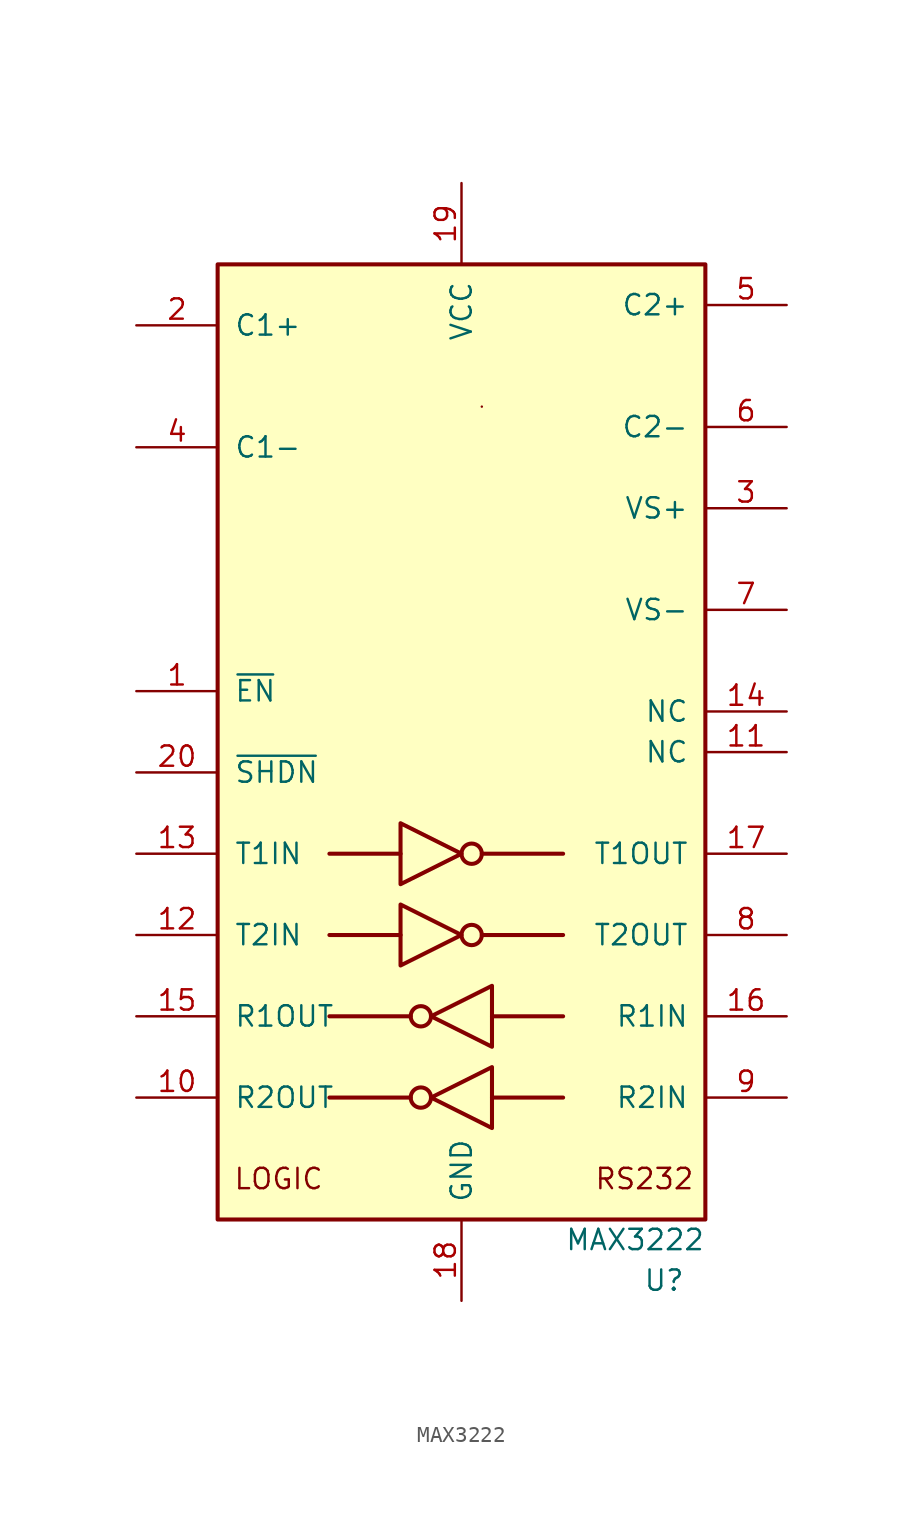
<source format=kicad_sym>
(kicad_symbol_lib
  (version 20211014)
  (generator kicad_symbol_editor)
  (symbol "MAX3222"
    (pin_names
      (offset 1.016))
    (property "Reference" "U"
      (at 13.97 -34.29 0)
      (effects (font (size 1.27 1.27)) (justify right)))
    (property "Value" "MAX3222"
      (at 15.24 -31.75 0)
      (effects (font (size 1.27 1.27)) (justify right)))
    (symbol "MAX3222_0_0"
      (text "LOGIC" (at -11.43 -27.94 0) (effects (font (size 1.27 1.27))))
      (text "RS232" (at 11.43 -27.94 0) (effects (font (size 1.27 1.27)))))
    (symbol "MAX3222_0_1"
      (rectangle (start -15.24 -30.48) (end 15.24 29.21) (stroke (width 0.254) (type default) (color 0 0 0 0)) (fill (type background)))
      (circle (center -2.54 -22.86) (radius 0.635) (stroke (width 0.254) (type default) (color 0 0 0 0)) (fill (type none)))
      (circle (center -2.54 -17.78) (radius 0.635) (stroke (width 0.254) (type default) (color 0 0 0 0)) (fill (type none)))
      (polyline (pts (xy -3.81 -12.7) (xy -8.255 -12.7)) (stroke (width 0.254) (type default) (color 0 0 0 0)) (fill (type none)))
      (polyline (pts (xy -3.81 -7.62) (xy -8.255 -7.62)) (stroke (width 0.254) (type default) (color 0 0 0 0)) (fill (type none)))
      (polyline (pts (xy -3.175 -22.86) (xy -8.255 -22.86)) (stroke (width 0.254) (type default) (color 0 0 0 0)) (fill (type none)))
      (polyline (pts (xy -3.175 -17.78) (xy -8.255 -17.78)) (stroke (width 0.254) (type default) (color 0 0 0 0)) (fill (type none)))
      (polyline (pts (xy 1.27 -12.7) (xy 6.35 -12.7)) (stroke (width 0.254) (type default) (color 0 0 0 0)) (fill (type none)))
      (polyline (pts (xy 1.27 -7.62) (xy 6.35 -7.62)) (stroke (width 0.254) (type default) (color 0 0 0 0)) (fill (type none)))
      (polyline (pts (xy 1.27 20.32) (xy 1.27 20.32)) (stroke (width 0) (type default) (color 0 0 0 0)) (fill (type none)))
      (polyline (pts (xy 1.905 -22.86) (xy 6.35 -22.86)) (stroke (width 0.254) (type default) (color 0 0 0 0)) (fill (type none)))
      (polyline (pts (xy 1.905 -17.78) (xy 6.35 -17.78)) (stroke (width 0.254) (type default) (color 0 0 0 0)) (fill (type none)))
      (polyline (pts (xy -3.81 -10.795) (xy -3.81 -14.605) (xy 0 -12.7) (xy -3.81 -10.795)) (stroke (width 0.254) (type default) (color 0 0 0 0)) (fill (type none)))
      (polyline (pts (xy -3.81 -5.715) (xy -3.81 -9.525) (xy 0 -7.62) (xy -3.81 -5.715)) (stroke (width 0.254) (type default) (color 0 0 0 0)) (fill (type none)))
      (polyline (pts (xy 1.905 -20.955) (xy 1.905 -24.765) (xy -1.905 -22.86) (xy 1.905 -20.955)) (stroke (width 0.254) (type default) (color 0 0 0 0)) (fill (type none)))
      (polyline (pts (xy 1.905 -15.875) (xy 1.905 -19.685) (xy -1.905 -17.78) (xy 1.905 -15.875)) (stroke (width 0.254) (type default) (color 0 0 0 0)) (fill (type none)))
      (circle (center 0.635 -12.7) (radius 0.635) (stroke (width 0.254) (type default) (color 0 0 0 0)) (fill (type none)))
      (circle (center 0.635 -7.62) (radius 0.635) (stroke (width 0.254) (type default) (color 0 0 0 0)) (fill (type none))))
    (symbol "MAX3222_1_1"
      (pin input line (at -20.32 2.54 0) (length 5.08) (name "~{EN}" (effects (font (size 1.27 1.27)))) (number "1" (effects (font (size 1.27 1.27)))))
      (pin output line (at -20.32 -22.86 0) (length 5.08) (name "R2OUT" (effects (font (size 1.27 1.27)))) (number "10" (effects (font (size 1.27 1.27)))))
      (pin passive line (at 20.32 -1.27 180) (length 5.08) (name "NC" (effects (font (size 1.27 1.27)))) (number "11" (effects (font (size 1.27 1.27)))))
      (pin input line (at -20.32 -12.7 0) (length 5.08) (name "T2IN" (effects (font (size 1.27 1.27)))) (number "12" (effects (font (size 1.27 1.27)))))
      (pin input line (at -20.32 -7.62 0) (length 5.08) (name "T1IN" (effects (font (size 1.27 1.27)))) (number "13" (effects (font (size 1.27 1.27)))))
      (pin passive line (at 20.32 1.27 180) (length 5.08) (name "NC" (effects (font (size 1.27 1.27)))) (number "14" (effects (font (size 1.27 1.27)))))
      (pin output line (at -20.32 -17.78 0) (length 5.08) (name "R1OUT" (effects (font (size 1.27 1.27)))) (number "15" (effects (font (size 1.27 1.27)))))
      (pin input line (at 20.32 -17.78 180) (length 5.08) (name "R1IN" (effects (font (size 1.27 1.27)))) (number "16" (effects (font (size 1.27 1.27)))))
      (pin output line (at 20.32 -7.62 180) (length 5.08) (name "T1OUT" (effects (font (size 1.27 1.27)))) (number "17" (effects (font (size 1.27 1.27)))))
      (pin power_in line (at 0 -35.56 90) (length 5.08) (name "GND" (effects (font (size 1.27 1.27)))) (number "18" (effects (font (size 1.27 1.27)))))
      (pin power_in line (at 0 34.29 270) (length 5.08) (name "VCC" (effects (font (size 1.27 1.27)))) (number "19" (effects (font (size 1.27 1.27)))))
      (pin passive line (at -20.32 25.4 0) (length 5.08) (name "C1+" (effects (font (size 1.27 1.27)))) (number "2" (effects (font (size 1.27 1.27)))))
      (pin input line (at -20.32 -2.54 0) (length 5.08) (name "~{SHDN}" (effects (font (size 1.27 1.27)))) (number "20" (effects (font (size 1.27 1.27)))))
      (pin power_out line (at 20.32 13.97 180) (length 5.08) (name "VS+" (effects (font (size 1.27 1.27)))) (number "3" (effects (font (size 1.27 1.27)))))
      (pin passive line (at -20.32 17.78 0) (length 5.08) (name "C1-" (effects (font (size 1.27 1.27)))) (number "4" (effects (font (size 1.27 1.27)))))
      (pin passive line (at 20.32 26.67 180) (length 5.08) (name "C2+" (effects (font (size 1.27 1.27)))) (number "5" (effects (font (size 1.27 1.27)))))
      (pin passive line (at 20.32 19.05 180) (length 5.08) (name "C2-" (effects (font (size 1.27 1.27)))) (number "6" (effects (font (size 1.27 1.27)))))
      (pin power_out line (at 20.32 7.62 180) (length 5.08) (name "VS-" (effects (font (size 1.27 1.27)))) (number "7" (effects (font (size 1.27 1.27)))))
      (pin output line (at 20.32 -12.7 180) (length 5.08) (name "T2OUT" (effects (font (size 1.27 1.27)))) (number "8" (effects (font (size 1.27 1.27)))))
      (pin input line (at 20.32 -22.86 180) (length 5.08) (name "R2IN" (effects (font (size 1.27 1.27)))) (number "9" (effects (font (size 1.27 1.27))))))))
</source>
